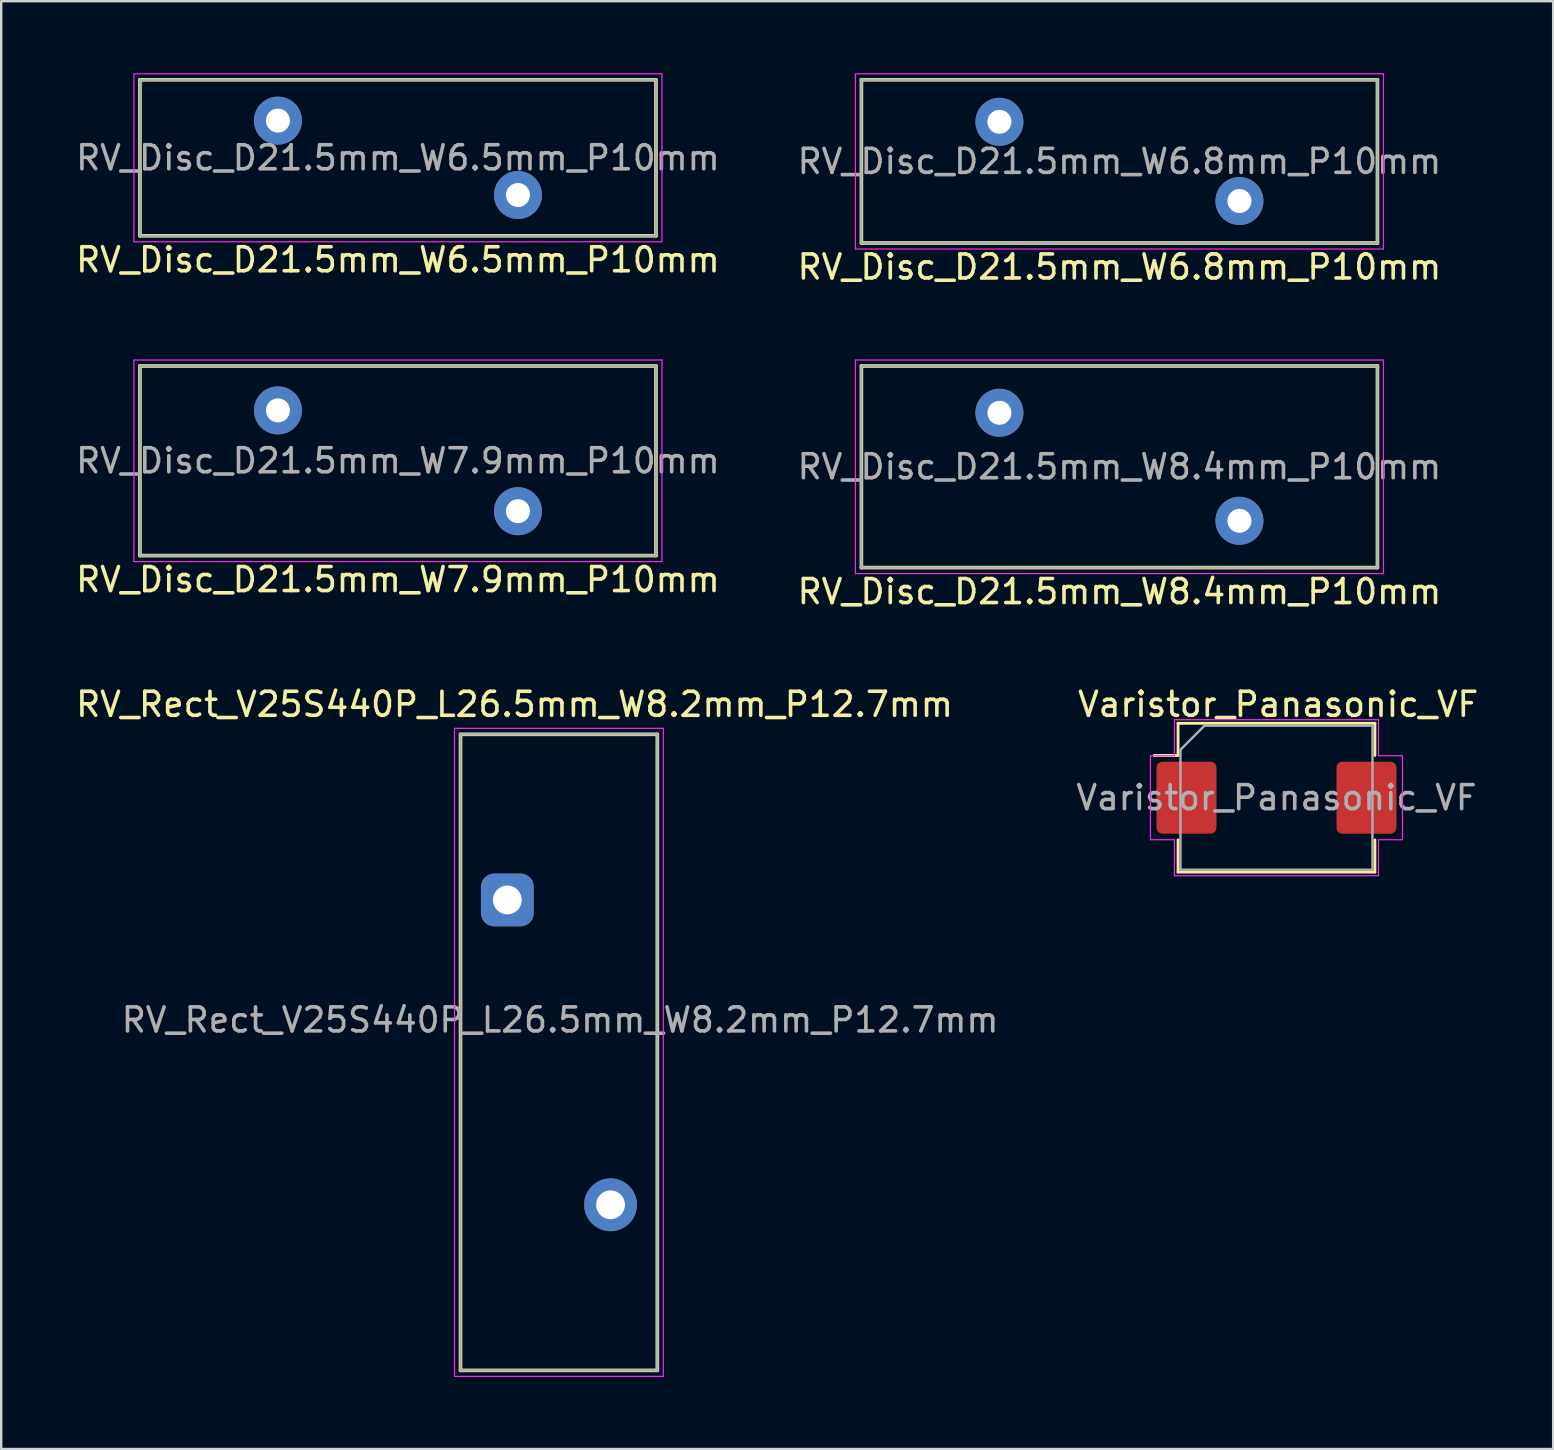
<source format=kicad_pcb>
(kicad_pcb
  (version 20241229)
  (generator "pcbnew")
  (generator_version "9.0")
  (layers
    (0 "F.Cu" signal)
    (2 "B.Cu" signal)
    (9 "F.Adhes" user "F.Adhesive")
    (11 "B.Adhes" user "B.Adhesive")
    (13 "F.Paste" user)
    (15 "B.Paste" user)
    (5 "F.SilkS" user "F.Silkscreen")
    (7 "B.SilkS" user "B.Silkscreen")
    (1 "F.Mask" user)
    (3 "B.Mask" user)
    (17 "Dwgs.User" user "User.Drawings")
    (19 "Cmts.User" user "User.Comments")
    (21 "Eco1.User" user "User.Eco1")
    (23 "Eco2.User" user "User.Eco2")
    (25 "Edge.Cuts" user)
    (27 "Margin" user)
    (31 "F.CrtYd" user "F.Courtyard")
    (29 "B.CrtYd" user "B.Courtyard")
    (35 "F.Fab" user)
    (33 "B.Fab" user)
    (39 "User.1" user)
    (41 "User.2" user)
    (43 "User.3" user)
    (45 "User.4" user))
  (footprint "RV_Rect_V25S440P_L26.5mm_W8.2mm_P12.7mm"
    (layer "F.Cu")
    (at 18.087 34.445)
    (property "Reference" "RV_Rect_V25S440P_L26.5mm_W8.2mm_P12.7mm" (at 0.3 -8.15 0) (unlocked yes) (layer "F.SilkS") (effects (font (size 1 1) (thickness 0.15))))
    (attr through_hole)
    (fp_line (start -1.95 -6.9) (end -1.95 19.6) (stroke (width 0.15) (type solid)) (layer "F.SilkS"))
    (fp_line (start 6.25 -6.9) (end -1.95 -6.9) (stroke (width 0.15) (type solid)) (layer "F.SilkS"))
    (fp_line (start 6.25 -6.9) (end 6.25 19.6) (stroke (width 0.15) (type solid)) (layer "F.SilkS"))
    (fp_line (start 6.25 19.6) (end -1.95 19.6) (stroke (width 0.15) (type solid)) (layer "F.SilkS"))
    (fp_line (start -2.2 -7.15) (end -2.2 19.85) (stroke (width 0.05) (type solid)) (layer "F.CrtYd"))
    (fp_line (start 6.5 -7.15) (end -2.2 -7.15) (stroke (width 0.05) (type solid)) (layer "F.CrtYd"))
    (fp_line (start 6.5 -7.15) (end 6.5 19.85) (stroke (width 0.05) (type solid)) (layer "F.CrtYd"))
    (fp_line (start 6.5 19.85) (end -2.2 19.85) (stroke (width 0.05) (type solid)) (layer "F.CrtYd"))
    (fp_line (start -1.95 -6.9) (end -1.95 19.6) (stroke (width 0.1) (type solid)) (layer "F.Fab"))
    (fp_line (start 6.25 -6.9) (end -1.95 -6.9) (stroke (width 0.1) (type solid)) (layer "F.Fab"))
    (fp_line (start 6.25 -6.9) (end 6.25 19.6) (stroke (width 0.1) (type solid)) (layer "F.Fab"))
    (fp_line (start 6.25 19.6) (end -1.95 19.6) (stroke (width 0.1) (type solid)) (layer "F.Fab"))
    (fp_text user "${REFERENCE}" (at 2.2 5 0) (layer "F.Fab") (effects (font (size 1 1) (thickness 0.15))))
    (pad "1" thru_hole roundrect (at 0 0) (size 2.2 2.2) (drill 1.2) (layers "*.Cu" "*.Mask") (roundrect_rratio 0.25))
    (pad "2" thru_hole circle (at 4.3 12.7) (size 2.2 2.2) (drill 1.2) (layers "*.Cu" "*.Mask")))
  (footprint "Varistor_Panasonic_VF"
    (layer "F.Cu")
    (at 50.132 30.185)
    (property "Reference" "Varistor_Panasonic_VF" (at 0.07 -3.89 0) (layer "F.SilkS") (effects (font (size 1 1) (thickness 0.15))))
    (attr smd)
    (fp_line (start -4.1 -3.1) (end 4.1 -3.1) (stroke (width 0.12) (type solid)) (layer "F.SilkS"))
    (fp_line (start -4.1 -1.76) (end -5.1 -1.76) (stroke (width 0.12) (type default)) (layer "F.SilkS"))
    (fp_line (start -4.1 -1.76) (end -4.1 -3.1) (stroke (width 0.12) (type solid)) (layer "F.SilkS"))
    (fp_line (start -4.1 1.76) (end -4.1 3.1) (stroke (width 0.12) (type solid)) (layer "F.SilkS"))
    (fp_line (start -4.1 3.1) (end 4.1 3.1) (stroke (width 0.12) (type solid)) (layer "F.SilkS"))
    (fp_line (start 4.1 -3.1) (end 4.1 -1.76) (stroke (width 0.12) (type solid)) (layer "F.SilkS"))
    (fp_line (start 4.1 3.1) (end 4.1 1.76) (stroke (width 0.12) (type solid)) (layer "F.SilkS"))
    (fp_line (start -5.25 -1.75) (end -4.25 -1.75) (stroke (width 0.05) (type default)) (layer "F.CrtYd"))
    (fp_line (start -5.25 1.75) (end -5.25 -1.75) (stroke (width 0.05) (type default)) (layer "F.CrtYd"))
    (fp_line (start -4.25 -3.25) (end 4.25 -3.25) (stroke (width 0.05) (type default)) (layer "F.CrtYd"))
    (fp_line (start -4.25 -1.75) (end -4.25 -3.25) (stroke (width 0.05) (type default)) (layer "F.CrtYd"))
    (fp_line (start -4.25 1.75) (end -5.25 1.75) (stroke (width 0.05) (type default)) (layer "F.CrtYd"))
    (fp_line (start -4.25 3.25) (end -4.25 1.75) (stroke (width 0.05) (type default)) (layer "F.CrtYd"))
    (fp_line (start 4.25 -3.25) (end 4.25 -1.75) (stroke (width 0.05) (type default)) (layer "F.CrtYd"))
    (fp_line (start 4.25 -1.75) (end 5.25 -1.75) (stroke (width 0.05) (type default)) (layer "F.CrtYd"))
    (fp_line (start 4.25 1.75) (end 4.25 3.25) (stroke (width 0.05) (type default)) (layer "F.CrtYd"))
    (fp_line (start 4.25 3.25) (end -4.25 3.25) (stroke (width 0.05) (type default)) (layer "F.CrtYd"))
    (fp_line (start 5.25 -1.75) (end 5.25 1.75) (stroke (width 0.05) (type default)) (layer "F.CrtYd"))
    (fp_line (start 5.25 1.75) (end 4.25 1.75) (stroke (width 0.05) (type default)) (layer "F.CrtYd"))
    (fp_line (start -4 -2) (end -3 -3) (stroke (width 0.1) (type default)) (layer "F.Fab"))
    (fp_line (start -4 3) (end -4 -2) (stroke (width 0.1) (type solid)) (layer "F.Fab"))
    (fp_line (start -3 -3) (end 4 -3) (stroke (width 0.1) (type solid)) (layer "F.Fab"))
    (fp_line (start 4 -3) (end 4 3) (stroke (width 0.1) (type solid)) (layer "F.Fab"))
    (fp_line (start 4 3) (end -4 3) (stroke (width 0.1) (type solid)) (layer "F.Fab"))
    (fp_text user "${REFERENCE}" (at 0 0 0) (layer "F.Fab") (effects (font (size 1 1) (thickness 0.15))))
    (pad "1" smd roundrect (at -3.75 0) (size 2.5 3) (layers "F.Cu" "F.Mask" "F.Paste") (roundrect_rratio 0.1))
    (pad "2" smd roundrect (at 3.75 0) (size 2.5 3) (layers "F.Cu" "F.Mask" "F.Paste") (roundrect_rratio 0.1)))
  (footprint "RV_Disc_D21.5mm_W6.5mm_P10mm"
    (layer "F.Cu")
    (at 8.53 1.975)
    (property "Reference" "RV_Disc_D21.5mm_W6.5mm_P10mm" (at 5 5.8 0) (layer "F.SilkS") (effects (font (size 1 1) (thickness 0.15))))
    (attr through_hole)
    (fp_line (start -5.75 -1.7) (end -5.75 4.8) (stroke (width 0.15) (type solid)) (layer "F.SilkS"))
    (fp_line (start -5.75 -1.7) (end 15.75 -1.7) (stroke (width 0.15) (type solid)) (layer "F.SilkS"))
    (fp_line (start -5.75 4.8) (end 15.75 4.8) (stroke (width 0.15) (type solid)) (layer "F.SilkS"))
    (fp_line (start 15.75 -1.7) (end 15.75 4.8) (stroke (width 0.15) (type solid)) (layer "F.SilkS"))
    (fp_line (start -6 -1.95) (end -6 5.05) (stroke (width 0.05) (type solid)) (layer "F.CrtYd"))
    (fp_line (start -6 -1.95) (end 16 -1.95) (stroke (width 0.05) (type solid)) (layer "F.CrtYd"))
    (fp_line (start -6 5.05) (end 16 5.05) (stroke (width 0.05) (type solid)) (layer "F.CrtYd"))
    (fp_line (start 16 -1.95) (end 16 5.05) (stroke (width 0.05) (type solid)) (layer "F.CrtYd"))
    (fp_line (start -5.75 -1.7) (end -5.75 4.8) (stroke (width 0.1) (type solid)) (layer "F.Fab"))
    (fp_line (start -5.75 -1.7) (end 15.75 -1.7) (stroke (width 0.1) (type solid)) (layer "F.Fab"))
    (fp_line (start -5.75 4.8) (end 15.75 4.8) (stroke (width 0.1) (type solid)) (layer "F.Fab"))
    (fp_line (start 15.75 -1.7) (end 15.75 4.8) (stroke (width 0.1) (type solid)) (layer "F.Fab"))
    (fp_text user "${REFERENCE}" (at 5 1.55 0) (layer "F.Fab") (effects (font (size 1 1) (thickness 0.15))))
    (pad "1" thru_hole circle (at 0 0) (size 2 2) (drill 1) (layers "*.Cu" "*.Mask"))
    (pad "2" thru_hole circle (at 10 3.1) (size 2 2) (drill 1) (layers "*.Cu" "*.Mask")))
  (footprint "RV_Disc_D21.5mm_W6.8mm_P10mm"
    (layer "F.Cu")
    (at 38.589 2.025)
    (property "Reference" "RV_Disc_D21.5mm_W6.8mm_P10mm" (at 5 6.05 0) (layer "F.SilkS") (effects (font (size 1 1) (thickness 0.15))))
    (attr through_hole)
    (fp_line (start -5.75 -1.75) (end -5.75 5.05) (stroke (width 0.15) (type solid)) (layer "F.SilkS"))
    (fp_line (start -5.75 -1.75) (end 15.75 -1.75) (stroke (width 0.15) (type solid)) (layer "F.SilkS"))
    (fp_line (start -5.75 5.05) (end 15.75 5.05) (stroke (width 0.15) (type solid)) (layer "F.SilkS"))
    (fp_line (start 15.75 -1.75) (end 15.75 5.05) (stroke (width 0.15) (type solid)) (layer "F.SilkS"))
    (fp_line (start -6 -2) (end -6 5.3) (stroke (width 0.05) (type solid)) (layer "F.CrtYd"))
    (fp_line (start -6 -2) (end 16 -2) (stroke (width 0.05) (type solid)) (layer "F.CrtYd"))
    (fp_line (start -6 5.3) (end 16 5.3) (stroke (width 0.05) (type solid)) (layer "F.CrtYd"))
    (fp_line (start 16 -2) (end 16 5.3) (stroke (width 0.05) (type solid)) (layer "F.CrtYd"))
    (fp_line (start -5.75 -1.75) (end -5.75 5.05) (stroke (width 0.1) (type solid)) (layer "F.Fab"))
    (fp_line (start -5.75 -1.75) (end 15.75 -1.75) (stroke (width 0.1) (type solid)) (layer "F.Fab"))
    (fp_line (start -5.75 5.05) (end 15.75 5.05) (stroke (width 0.1) (type solid)) (layer "F.Fab"))
    (fp_line (start 15.75 -1.75) (end 15.75 5.05) (stroke (width 0.1) (type solid)) (layer "F.Fab"))
    (fp_text user "${REFERENCE}" (at 5 1.65 0) (layer "F.Fab") (effects (font (size 1 1) (thickness 0.15))))
    (pad "1" thru_hole circle (at 0 0) (size 2 2) (drill 1) (layers "*.Cu" "*.Mask"))
    (pad "2" thru_hole circle (at 10 3.3) (size 2 2) (drill 1) (layers "*.Cu" "*.Mask")))
  (footprint "RV_Disc_D21.5mm_W8.4mm_P10mm"
    (layer "F.Cu")
    (at 38.589 14.148)
    (property "Reference" "RV_Disc_D21.5mm_W8.4mm_P10mm" (at 5 7.45 0) (layer "F.SilkS") (effects (font (size 1 1) (thickness 0.15))))
    (attr through_hole)
    (fp_line (start -5.75 -1.95) (end -5.75 6.45) (stroke (width 0.15) (type solid)) (layer "F.SilkS"))
    (fp_line (start -5.75 -1.95) (end 15.75 -1.95) (stroke (width 0.15) (type solid)) (layer "F.SilkS"))
    (fp_line (start -5.75 6.45) (end 15.75 6.45) (stroke (width 0.15) (type solid)) (layer "F.SilkS"))
    (fp_line (start 15.75 -1.95) (end 15.75 6.45) (stroke (width 0.15) (type solid)) (layer "F.SilkS"))
    (fp_line (start -6 -2.2) (end -6 6.7) (stroke (width 0.05) (type solid)) (layer "F.CrtYd"))
    (fp_line (start -6 -2.2) (end 16 -2.2) (stroke (width 0.05) (type solid)) (layer "F.CrtYd"))
    (fp_line (start -6 6.7) (end 16 6.7) (stroke (width 0.05) (type solid)) (layer "F.CrtYd"))
    (fp_line (start 16 -2.2) (end 16 6.7) (stroke (width 0.05) (type solid)) (layer "F.CrtYd"))
    (fp_line (start -5.75 -1.95) (end -5.75 6.45) (stroke (width 0.1) (type solid)) (layer "F.Fab"))
    (fp_line (start -5.75 -1.95) (end 15.75 -1.95) (stroke (width 0.1) (type solid)) (layer "F.Fab"))
    (fp_line (start -5.75 6.45) (end 15.75 6.45) (stroke (width 0.1) (type solid)) (layer "F.Fab"))
    (fp_line (start 15.75 -1.95) (end 15.75 6.45) (stroke (width 0.1) (type solid)) (layer "F.Fab"))
    (fp_text user "${REFERENCE}" (at 5 2.25 0) (layer "F.Fab") (effects (font (size 1 1) (thickness 0.15))))
    (pad "1" thru_hole circle (at 0 0) (size 2 2) (drill 1) (layers "*.Cu" "*.Mask"))
    (pad "2" thru_hole circle (at 10 4.5) (size 2 2) (drill 1) (layers "*.Cu" "*.Mask")))
  (footprint "RV_Disc_D21.5mm_W7.9mm_P10mm"
    (layer "F.Cu")
    (at 8.53 14.048)
    (property "Reference" "RV_Disc_D21.5mm_W7.9mm_P10mm" (at 5 7.05 0) (layer "F.SilkS") (effects (font (size 1 1) (thickness 0.15))))
    (attr through_hole)
    (fp_line (start -5.75 -1.85) (end -5.75 6.05) (stroke (width 0.15) (type solid)) (layer "F.SilkS"))
    (fp_line (start -5.75 -1.85) (end 15.75 -1.85) (stroke (width 0.15) (type solid)) (layer "F.SilkS"))
    (fp_line (start -5.75 6.05) (end 15.75 6.05) (stroke (width 0.15) (type solid)) (layer "F.SilkS"))
    (fp_line (start 15.75 -1.85) (end 15.75 6.05) (stroke (width 0.15) (type solid)) (layer "F.SilkS"))
    (fp_line (start -6 -2.1) (end -6 6.3) (stroke (width 0.05) (type solid)) (layer "F.CrtYd"))
    (fp_line (start -6 -2.1) (end 16 -2.1) (stroke (width 0.05) (type solid)) (layer "F.CrtYd"))
    (fp_line (start -6 6.3) (end 16 6.3) (stroke (width 0.05) (type solid)) (layer "F.CrtYd"))
    (fp_line (start 16 -2.1) (end 16 6.3) (stroke (width 0.05) (type solid)) (layer "F.CrtYd"))
    (fp_line (start -5.75 -1.85) (end -5.75 6.05) (stroke (width 0.1) (type solid)) (layer "F.Fab"))
    (fp_line (start -5.75 -1.85) (end 15.75 -1.85) (stroke (width 0.1) (type solid)) (layer "F.Fab"))
    (fp_line (start -5.75 6.05) (end 15.75 6.05) (stroke (width 0.1) (type solid)) (layer "F.Fab"))
    (fp_line (start 15.75 -1.85) (end 15.75 6.05) (stroke (width 0.1) (type solid)) (layer "F.Fab"))
    (fp_text user "${REFERENCE}" (at 5 2.1 0) (layer "F.Fab") (effects (font (size 1 1) (thickness 0.15))))
    (pad "1" thru_hole circle (at 0 0) (size 2 2) (drill 1) (layers "*.Cu" "*.Mask"))
    (pad "2" thru_hole circle (at 10 4.2) (size 2 2) (drill 1) (layers "*.Cu" "*.Mask")))
  (gr_rect
    (start -3 -3)
    (end 61.66 57.32)
    (stroke (width 0.1) (type default))
    (fill no)
    (layer "Edge.Cuts")))
</source>
